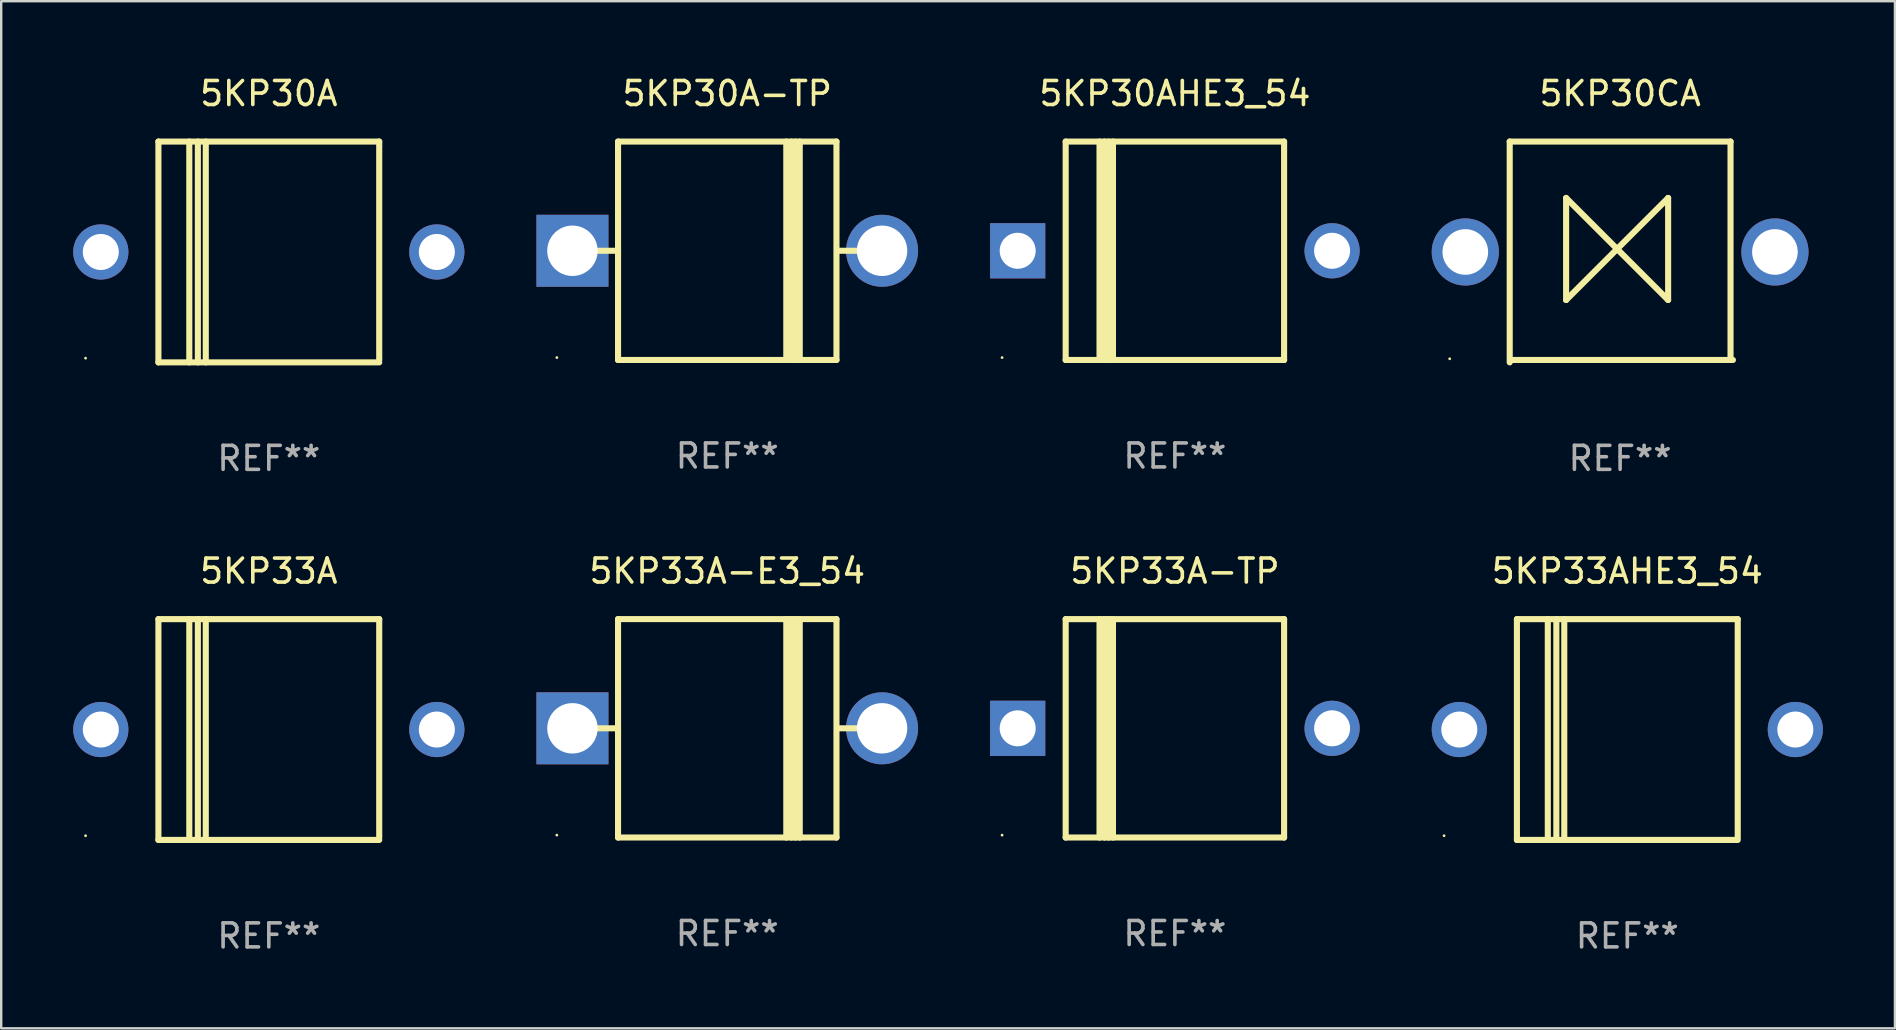
<source format=kicad_pcb>
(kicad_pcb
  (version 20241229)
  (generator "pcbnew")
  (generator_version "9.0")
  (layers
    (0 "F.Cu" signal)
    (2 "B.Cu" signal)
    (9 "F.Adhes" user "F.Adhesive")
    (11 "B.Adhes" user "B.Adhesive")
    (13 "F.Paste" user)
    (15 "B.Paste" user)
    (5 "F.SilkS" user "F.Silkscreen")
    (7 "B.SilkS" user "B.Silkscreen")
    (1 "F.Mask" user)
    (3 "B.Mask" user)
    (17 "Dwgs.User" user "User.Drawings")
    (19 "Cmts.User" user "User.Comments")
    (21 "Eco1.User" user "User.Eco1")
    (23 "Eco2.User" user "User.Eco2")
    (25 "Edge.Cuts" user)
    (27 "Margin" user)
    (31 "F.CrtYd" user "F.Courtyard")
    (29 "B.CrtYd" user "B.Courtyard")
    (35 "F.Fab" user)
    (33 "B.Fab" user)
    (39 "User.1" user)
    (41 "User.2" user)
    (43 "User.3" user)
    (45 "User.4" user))
  (footprint "5KP30A"
    (layer "F.Cu")
    (at 8.15 7.448)
    (property "Reference" "5KP30A" (at 0 -6.6 0) (layer "F.SilkS") (effects (font (size 1 1) (thickness 0.15))))
    (attr through_hole)
    (fp_line (start -4.6 -4.6) (end -4.6 4.6) (stroke (width 0.254) (type solid)) (layer "F.SilkS"))
    (fp_line (start -4.6 -4.6) (end 4.6 -4.6) (stroke (width 0.254) (type solid)) (layer "F.SilkS"))
    (fp_line (start -4.6 4.6) (end 4.6 4.6) (stroke (width 0.254) (type solid)) (layer "F.SilkS"))
    (fp_line (start -3.313 -4.6) (end -3.313 4.6) (stroke (width 0.254) (type solid)) (layer "F.SilkS"))
    (fp_line (start -2.957 -4.6) (end -2.957 4.6) (stroke (width 0.254) (type solid)) (layer "F.SilkS"))
    (fp_line (start -2.627 -4.6) (end -2.627 4.6) (stroke (width 0.254) (type solid)) (layer "F.SilkS"))
    (fp_line (start 4.6 -4.6) (end 4.6 4.5) (stroke (width 0.254) (type solid)) (layer "F.SilkS"))
    (fp_circle (center -7.635 4.425) (end -7.605 4.425) (stroke (width 0.06) (type solid)) (fill no) (layer "F.SilkS"))
    (fp_text user "REF**" (at 0 8.6 0) (layer "F.Fab") (effects (font (size 1 1) (thickness 0.15))))
    (pad "1" thru_hole circle (at -7 0) (size 2.3 2.3) (drill 1.5) (layers "*.Cu" "*.Mask"))
    (pad "2" thru_hole circle (at 7 0) (size 2.3 2.3) (drill 1.5) (layers "*.Cu" "*.Mask")))
  (footprint "5KP33A"
    (layer "F.Cu")
    (at 8.15 27.345)
    (property "Reference" "5KP33A" (at 0 -6.6 0) (layer "F.SilkS") (effects (font (size 1 1) (thickness 0.15))))
    (attr through_hole)
    (fp_line (start -4.6 -4.6) (end -4.6 4.6) (stroke (width 0.254) (type solid)) (layer "F.SilkS"))
    (fp_line (start -4.6 -4.6) (end 4.6 -4.6) (stroke (width 0.254) (type solid)) (layer "F.SilkS"))
    (fp_line (start -4.6 4.6) (end 4.6 4.6) (stroke (width 0.254) (type solid)) (layer "F.SilkS"))
    (fp_line (start -3.313 -4.6) (end -3.313 4.6) (stroke (width 0.254) (type solid)) (layer "F.SilkS"))
    (fp_line (start -2.957 -4.6) (end -2.957 4.6) (stroke (width 0.254) (type solid)) (layer "F.SilkS"))
    (fp_line (start -2.627 -4.6) (end -2.627 4.6) (stroke (width 0.254) (type solid)) (layer "F.SilkS"))
    (fp_line (start 4.6 -4.6) (end 4.6 4.5) (stroke (width 0.254) (type solid)) (layer "F.SilkS"))
    (fp_circle (center -7.635 4.425) (end -7.605 4.425) (stroke (width 0.06) (type solid)) (fill no) (layer "F.SilkS"))
    (fp_text user "REF**" (at 0 8.6 0) (layer "F.Fab") (effects (font (size 1 1) (thickness 0.15))))
    (pad "1" thru_hole circle (at -7 0) (size 2.3 2.3) (drill 1.5) (layers "*.Cu" "*.Mask"))
    (pad "2" thru_hole circle (at 7 0) (size 2.3 2.3) (drill 1.5) (layers "*.Cu" "*.Mask")))
  (footprint "5KP30AHE3_54"
    (layer "F.Cu")
    (at 45.9 7.399)
    (property "Reference" "5KP30AHE3_54" (at 0 -6.551 0) (layer "F.SilkS") (effects (font (size 1 1) (thickness 0.15))))
    (attr through_hole)
    (fp_line (start -4.55 -4.55) (end -4.55 4.55) (stroke (width 0.254) (type solid)) (layer "F.SilkS"))
    (fp_line (start -4.55 -4.55) (end 4.55 -4.55) (stroke (width 0.254) (type solid)) (layer "F.SilkS"))
    (fp_line (start -3.14 4.55) (end -3.14 -4.551) (stroke (width 0.254) (type solid)) (layer "F.SilkS"))
    (fp_line (start -2.93 4.55) (end -2.93 -4.551) (stroke (width 0.254) (type solid)) (layer "F.SilkS"))
    (fp_line (start -2.759 4.551) (end -2.759 -4.55) (stroke (width 0.254) (type solid)) (layer "F.SilkS"))
    (fp_line (start -2.58 4.55) (end -2.58 -4.551) (stroke (width 0.254) (type solid)) (layer "F.SilkS"))
    (fp_line (start 4.55 4.55) (end 4.55 -4.55) (stroke (width 0.254) (type solid)) (layer "F.SilkS"))
    (fp_line (start 4.55 4.549) (end -4.55 4.549) (stroke (width 0.254) (type solid)) (layer "F.SilkS"))
    (fp_circle (center -7.2 4.45) (end -7.17 4.45) (stroke (width 0.06) (type solid)) (fill no) (layer "F.SilkS"))
    (fp_text user "REF**" (at 0 8.551 0) (layer "F.Fab") (effects (font (size 1 1) (thickness 0.15))))
    (pad "1" thru_hole rect (at -6.55 -0.000483 180) (size 2.3 2.3) (drill 1.5) (layers "*.Cu" "*.Mask"))
    (pad "2" thru_hole circle (at 6.55 -0.000483) (size 2.3 2.3) (drill 1.5) (layers "*.Cu" "*.Mask")))
  (footprint "5KP30CA"
    (layer "F.Cu")
    (at 64.45 7.448)
    (property "Reference" "5KP30CA" (at 0 -6.6 0) (layer "F.SilkS") (effects (font (size 1 1) (thickness 0.15))))
    (attr through_hole)
    (fp_line (start -4.6 -4.6) (end -4.6 4.6) (stroke (width 0.254) (type solid)) (layer "F.SilkS"))
    (fp_line (start -4.6 -4.6) (end 4.6 -4.6) (stroke (width 0.254) (type solid)) (layer "F.SilkS"))
    (fp_line (start -4.5 4.5) (end 4.7 4.5) (stroke (width 0.254) (type solid)) (layer "F.SilkS"))
    (fp_line (start -2.25 -2.25) (end -2.25 2) (stroke (width 0.254) (type solid)) (layer "F.SilkS"))
    (fp_line (start -2.25 2) (end 2 -2.25) (stroke (width 0.254) (type solid)) (layer "F.SilkS"))
    (fp_line (start 2 -2.25) (end 2 2) (stroke (width 0.254) (type solid)) (layer "F.SilkS"))
    (fp_line (start 2 2) (end -2.25 -2.25) (stroke (width 0.254) (type solid)) (layer "F.SilkS"))
    (fp_line (start 4.6 -4.6) (end 4.6 4.5) (stroke (width 0.254) (type solid)) (layer "F.SilkS"))
    (fp_circle (center -7.1 4.45) (end -7.07 4.45) (stroke (width 0.06) (type solid)) (fill no) (layer "F.SilkS"))
    (fp_text user "REF**" (at 0 8.6 0) (layer "F.Fab") (effects (font (size 1 1) (thickness 0.15))))
    (pad "1" thru_hole circle (at -6.45 0) (size 2.8 2.8) (drill 1.9) (layers "*.Cu" "*.Mask"))
    (pad "2" thru_hole circle (at 6.45 0) (size 2.8 2.8) (drill 1.9) (layers "*.Cu" "*.Mask")))
  (footprint "5KP30A-TP"
    (layer "F.Cu")
    (at 27.25 7.399)
    (property "Reference" "5KP30A-TP" (at 0 -6.551 0) (layer "F.SilkS") (effects (font (size 1 1) (thickness 0.15))))
    (attr through_hole)
    (fp_line (start -5.6 -0.001) (end -4.55 -0.001) (stroke (width 0.254) (type solid)) (layer "F.SilkS"))
    (fp_line (start -4.55 -4.551) (end -4.55 4.55) (stroke (width 0.254) (type solid)) (layer "F.SilkS"))
    (fp_line (start -4.55 -4.551) (end 4.55 -4.551) (stroke (width 0.254) (type solid)) (layer "F.SilkS"))
    (fp_line (start 2.46 4.55) (end 2.46 -4.551) (stroke (width 0.254) (type solid)) (layer "F.SilkS"))
    (fp_line (start 2.67 4.55) (end 2.67 -4.551) (stroke (width 0.254) (type solid)) (layer "F.SilkS"))
    (fp_line (start 2.841 4.551) (end 2.841 -4.55) (stroke (width 0.254) (type solid)) (layer "F.SilkS"))
    (fp_line (start 3.02 4.55) (end 3.02 -4.551) (stroke (width 0.254) (type solid)) (layer "F.SilkS"))
    (fp_line (start 4.55 4.55) (end 4.55 -4.551) (stroke (width 0.254) (type solid)) (layer "F.SilkS"))
    (fp_line (start 4.55 4.549) (end -4.55 4.549) (stroke (width 0.254) (type solid)) (layer "F.SilkS"))
    (fp_line (start 4.58 -0.001) (end 5.6 -0.001) (stroke (width 0.254) (type solid)) (layer "F.SilkS"))
    (fp_circle (center -7.1 4.449) (end -7.07 4.449) (stroke (width 0.06) (type solid)) (fill no) (layer "F.SilkS"))
    (fp_text user "REF**" (at 0 8.551 0) (layer "F.Fab") (effects (font (size 1 1) (thickness 0.15))))
    (pad "1" thru_hole rect (at -6.45 -0.001 180) (size 3 3) (drill 2.1) (layers "*.Cu" "*.Mask"))
    (pad "2" thru_hole circle (at 6.45 -0.001) (size 3 3) (drill 2.1) (layers "*.Cu" "*.Mask")))
  (footprint "5KP33A-TP"
    (layer "F.Cu")
    (at 45.9 27.295)
    (property "Reference" "5KP33A-TP" (at 0 -6.551 0) (layer "F.SilkS") (effects (font (size 1 1) (thickness 0.15))))
    (attr through_hole)
    (fp_line (start -4.55 -4.55) (end -4.55 4.55) (stroke (width 0.254) (type solid)) (layer "F.SilkS"))
    (fp_line (start -4.55 -4.55) (end 4.55 -4.55) (stroke (width 0.254) (type solid)) (layer "F.SilkS"))
    (fp_line (start -3.14 4.55) (end -3.14 -4.551) (stroke (width 0.254) (type solid)) (layer "F.SilkS"))
    (fp_line (start -2.93 4.55) (end -2.93 -4.551) (stroke (width 0.254) (type solid)) (layer "F.SilkS"))
    (fp_line (start -2.759 4.551) (end -2.759 -4.55) (stroke (width 0.254) (type solid)) (layer "F.SilkS"))
    (fp_line (start -2.58 4.55) (end -2.58 -4.551) (stroke (width 0.254) (type solid)) (layer "F.SilkS"))
    (fp_line (start 4.55 4.55) (end 4.55 -4.55) (stroke (width 0.254) (type solid)) (layer "F.SilkS"))
    (fp_line (start 4.55 4.549) (end -4.55 4.549) (stroke (width 0.254) (type solid)) (layer "F.SilkS"))
    (fp_circle (center -7.2 4.45) (end -7.17 4.45) (stroke (width 0.06) (type solid)) (fill no) (layer "F.SilkS"))
    (fp_text user "REF**" (at 0 8.551 0) (layer "F.Fab") (effects (font (size 1 1) (thickness 0.15))))
    (pad "1" thru_hole rect (at -6.55 -0.000483 180) (size 2.3 2.3) (drill 1.5) (layers "*.Cu" "*.Mask"))
    (pad "2" thru_hole circle (at 6.55 -0.000483) (size 2.3 2.3) (drill 1.5) (layers "*.Cu" "*.Mask")))
  (footprint "5KP33A-E3_54"
    (layer "F.Cu")
    (at 27.25 27.295)
    (property "Reference" "5KP33A-E3_54" (at 0 -6.551 0) (layer "F.SilkS") (effects (font (size 1 1) (thickness 0.15))))
    (attr through_hole)
    (fp_line (start -5.6 -0.001) (end -4.55 -0.001) (stroke (width 0.254) (type solid)) (layer "F.SilkS"))
    (fp_line (start -4.55 -4.551) (end -4.55 4.55) (stroke (width 0.254) (type solid)) (layer "F.SilkS"))
    (fp_line (start -4.55 -4.551) (end 4.55 -4.551) (stroke (width 0.254) (type solid)) (layer "F.SilkS"))
    (fp_line (start 2.46 4.55) (end 2.46 -4.551) (stroke (width 0.254) (type solid)) (layer "F.SilkS"))
    (fp_line (start 2.67 4.55) (end 2.67 -4.551) (stroke (width 0.254) (type solid)) (layer "F.SilkS"))
    (fp_line (start 2.841 4.551) (end 2.841 -4.55) (stroke (width 0.254) (type solid)) (layer "F.SilkS"))
    (fp_line (start 3.02 4.55) (end 3.02 -4.551) (stroke (width 0.254) (type solid)) (layer "F.SilkS"))
    (fp_line (start 4.55 4.55) (end 4.55 -4.551) (stroke (width 0.254) (type solid)) (layer "F.SilkS"))
    (fp_line (start 4.55 4.549) (end -4.55 4.549) (stroke (width 0.254) (type solid)) (layer "F.SilkS"))
    (fp_line (start 4.58 -0.001) (end 5.6 -0.001) (stroke (width 0.254) (type solid)) (layer "F.SilkS"))
    (fp_circle (center -7.1 4.449) (end -7.07 4.449) (stroke (width 0.06) (type solid)) (fill no) (layer "F.SilkS"))
    (fp_text user "REF**" (at 0 8.551 0) (layer "F.Fab") (effects (font (size 1 1) (thickness 0.15))))
    (pad "1" thru_hole rect (at -6.45 -0.001 180) (size 3 3) (drill 2.1) (layers "*.Cu" "*.Mask"))
    (pad "2" thru_hole circle (at 6.45 -0.001) (size 3 3) (drill 2.1) (layers "*.Cu" "*.Mask")))
  (footprint "5KP33AHE3_54"
    (layer "F.Cu")
    (at 64.75 27.345)
    (property "Reference" "5KP33AHE3_54" (at 0 -6.6 0) (layer "F.SilkS") (effects (font (size 1 1) (thickness 0.15))))
    (attr through_hole)
    (fp_line (start -4.6 -4.6) (end -4.6 4.6) (stroke (width 0.254) (type solid)) (layer "F.SilkS"))
    (fp_line (start -4.6 -4.6) (end 4.6 -4.6) (stroke (width 0.254) (type solid)) (layer "F.SilkS"))
    (fp_line (start -4.6 4.6) (end 4.6 4.6) (stroke (width 0.254) (type solid)) (layer "F.SilkS"))
    (fp_line (start -3.313 -4.6) (end -3.313 4.6) (stroke (width 0.254) (type solid)) (layer "F.SilkS"))
    (fp_line (start -2.957 -4.6) (end -2.957 4.6) (stroke (width 0.254) (type solid)) (layer "F.SilkS"))
    (fp_line (start -2.627 -4.6) (end -2.627 4.6) (stroke (width 0.254) (type solid)) (layer "F.SilkS"))
    (fp_line (start 4.6 -4.6) (end 4.6 4.5) (stroke (width 0.254) (type solid)) (layer "F.SilkS"))
    (fp_circle (center -7.635 4.425) (end -7.605 4.425) (stroke (width 0.06) (type solid)) (fill no) (layer "F.SilkS"))
    (fp_text user "REF**" (at 0 8.6 0) (layer "F.Fab") (effects (font (size 1 1) (thickness 0.15))))
    (pad "1" thru_hole circle (at -7 0) (size 2.3 2.3) (drill 1.5) (layers "*.Cu" "*.Mask"))
    (pad "2" thru_hole circle (at 7 0) (size 2.3 2.3) (drill 1.5) (layers "*.Cu" "*.Mask")))
  (gr_rect
    (start -3 -3)
    (end 75.9 39.793)
    (stroke (width 0.1) (type default))
    (fill no)
    (layer "Edge.Cuts")))
</source>
